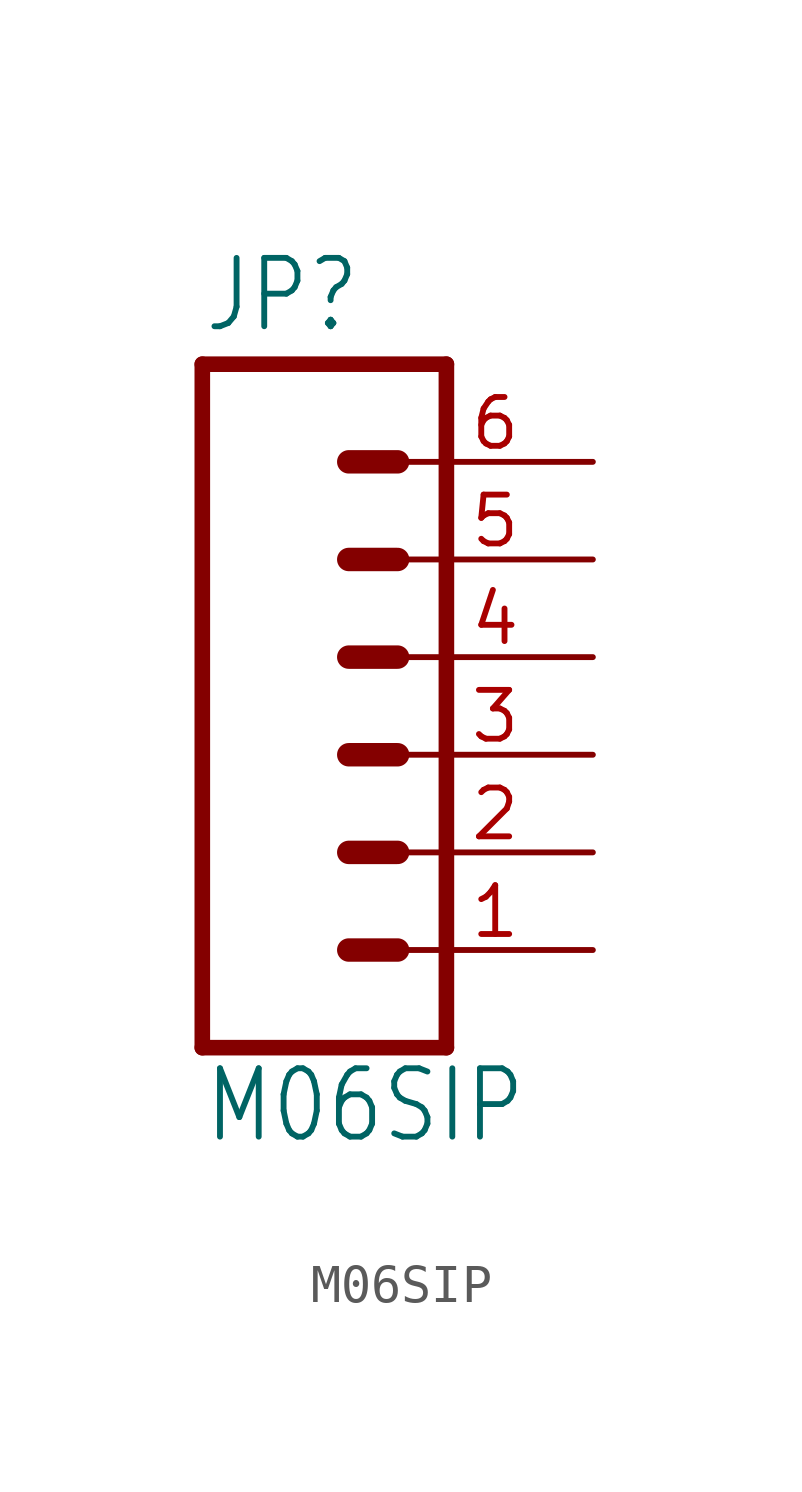
<source format=kicad_sym>
(kicad_symbol_lib
  (version 20201005)
  (generator kicad_symbol_editor)
  (symbol "M06SIP"
    (property "Reference" "JP"
      (at -5.08 10.922 0)
      (effects (font (size 1.778 1.511)) (justify left bottom)))
    (property "Value" "M06SIP"
      (at -5.08 -10.16 0)
      (effects (font (size 1.778 1.511)) (justify left bottom)))
    (property "ki_locked" ""
      (at 0 0 0)
      (effects (font (size 1.27 1.27))))
    (symbol "M06SIP_1_0"
      (polyline (pts (xy 1.27 -7.62) (xy -5.08 -7.62)) (stroke (width 0.406)) (fill (type none)))
      (polyline (pts (xy -1.27 0) (xy 0 0)) (stroke (width 0.61)) (fill (type none)))
      (polyline (pts (xy -1.27 -2.54) (xy 0 -2.54)) (stroke (width 0.61)) (fill (type none)))
      (polyline (pts (xy -1.27 -5.08) (xy 0 -5.08)) (stroke (width 0.61)) (fill (type none)))
      (polyline (pts (xy -5.08 10.16) (xy -5.08 -7.62)) (stroke (width 0.406)) (fill (type none)))
      (polyline (pts (xy 1.27 -7.62) (xy 1.27 10.16)) (stroke (width 0.406)) (fill (type none)))
      (polyline (pts (xy -5.08 10.16) (xy 1.27 10.16)) (stroke (width 0.406)) (fill (type none)))
      (polyline (pts (xy -1.27 5.08) (xy 0 5.08)) (stroke (width 0.61)) (fill (type none)))
      (polyline (pts (xy -1.27 2.54) (xy 0 2.54)) (stroke (width 0.61)) (fill (type none)))
      (polyline (pts (xy -1.27 7.62) (xy 0 7.62)) (stroke (width 0.61)) (fill (type none)))
      (pin passive line (at 5.08 -5.08 180) (length 5.08) (name "1" (effects (font (size 0 0)))) (number "1" (effects (font (size 1.27 1.27)))))
      (pin passive line (at 5.08 -2.54 180) (length 5.08) (name "2" (effects (font (size 0 0)))) (number "2" (effects (font (size 1.27 1.27)))))
      (pin passive line (at 5.08 0 180) (length 5.08) (name "3" (effects (font (size 0 0)))) (number "3" (effects (font (size 1.27 1.27)))))
      (pin passive line (at 5.08 2.54 180) (length 5.08) (name "4" (effects (font (size 0 0)))) (number "4" (effects (font (size 1.27 1.27)))))
      (pin passive line (at 5.08 5.08 180) (length 5.08) (name "5" (effects (font (size 0 0)))) (number "5" (effects (font (size 1.27 1.27)))))
      (pin passive line (at 5.08 7.62 180) (length 5.08) (name "6" (effects (font (size 0 0)))) (number "6" (effects (font (size 1.27 1.27))))))))
</source>
